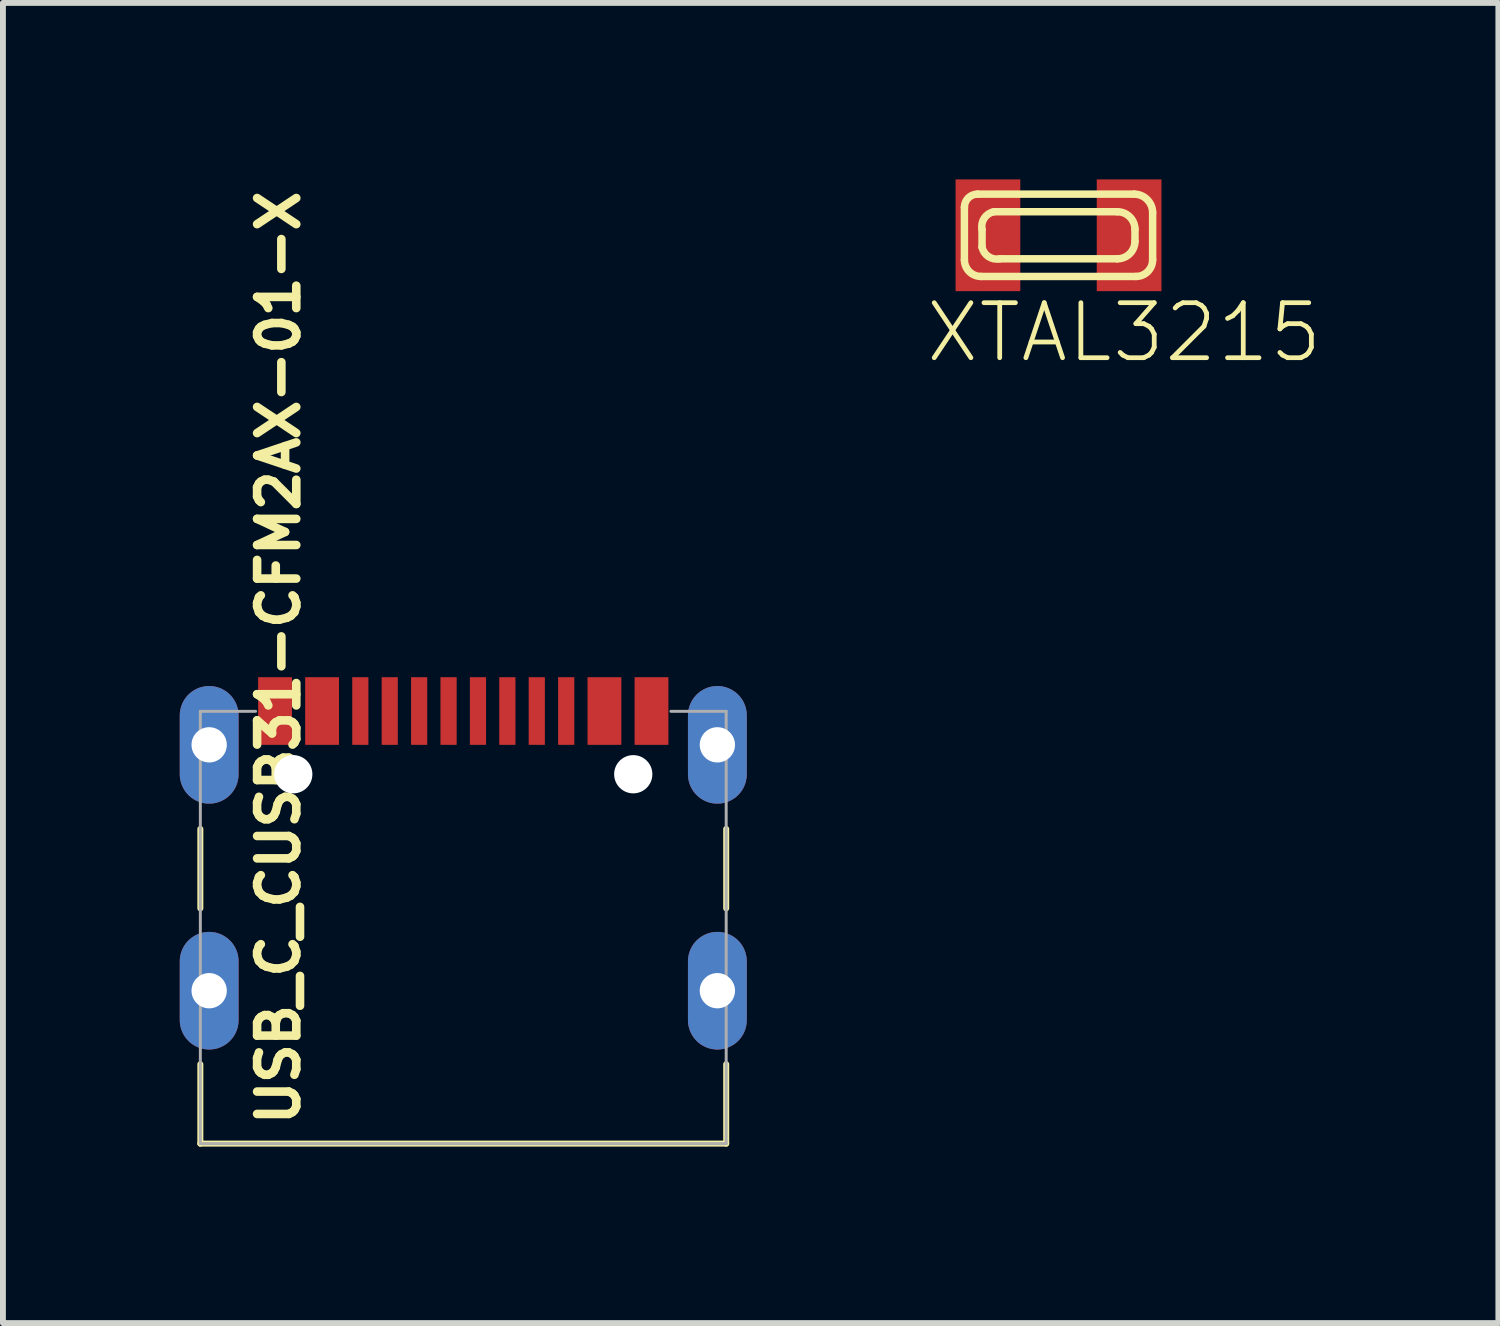
<source format=kicad_pcb>
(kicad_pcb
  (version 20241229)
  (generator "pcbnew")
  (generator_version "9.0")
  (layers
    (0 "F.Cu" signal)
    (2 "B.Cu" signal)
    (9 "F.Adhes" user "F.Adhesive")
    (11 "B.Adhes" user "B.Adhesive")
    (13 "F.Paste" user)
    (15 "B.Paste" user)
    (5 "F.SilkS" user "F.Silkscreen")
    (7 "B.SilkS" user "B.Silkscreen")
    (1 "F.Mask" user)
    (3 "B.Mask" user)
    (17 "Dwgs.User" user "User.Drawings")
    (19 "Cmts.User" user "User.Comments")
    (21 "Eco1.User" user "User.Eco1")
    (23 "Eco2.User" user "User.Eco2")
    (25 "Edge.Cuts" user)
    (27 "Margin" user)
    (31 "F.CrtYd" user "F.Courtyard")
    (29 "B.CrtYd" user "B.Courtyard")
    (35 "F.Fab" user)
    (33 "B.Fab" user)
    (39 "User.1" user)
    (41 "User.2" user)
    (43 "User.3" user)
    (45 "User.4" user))
  (footprint "USB_C_CUSB31-CFM2AX-01-X"
    (layer "F.Cu")
    (at 4.826 12.583)
    (property "Reference" "USB_C_CUSB31-CFM2AX-01-X" (at -2.75 3.56 90) (layer "F.SilkS") (effects (font (size 0.666 0.666) (thickness 0.146)) (justify left bottom)))
    (fp_line (start -4.47 -0.19) (end -4.47 -1.54) (stroke (width 0.102) (type solid)) (layer "F.SilkS"))
    (fp_line (start -4.47 3.81) (end -4.47 2.46) (stroke (width 0.102) (type solid)) (layer "F.SilkS"))
    (fp_line (start 4.47 -1.54) (end 4.47 -0.19) (stroke (width 0.102) (type solid)) (layer "F.SilkS"))
    (fp_line (start 4.47 2.46) (end 4.47 3.81) (stroke (width 0.102) (type solid)) (layer "F.SilkS"))
    (fp_line (start 4.47 3.81) (end -4.47 3.81) (stroke (width 0.102) (type solid)) (layer "F.SilkS"))
    (fp_poly (pts (xy -4.169 -3.939) (xy -4.034 -3.87) (xy -3.928 -3.763) (xy -3.835 -3.48) (xy -3.835 -2.464) (xy -3.859 -2.315) (xy -3.928 -2.18) (xy -4.034 -2.073) (xy -4.318 -1.981) (xy -4.449 -1.999) (xy -4.572 -2.049) (xy -4.677 -2.13) (xy -4.758 -2.235) (xy -4.826 -2.489) (xy -4.826 -3.454) (xy -4.809 -3.586) (xy -4.758 -3.708) (xy -4.677 -3.814) (xy -4.572 -3.894) (xy -4.318 -3.962)) (stroke (width 0) (type solid)) (fill yes) (layer "F.Paste"))
    (fp_poly (pts (xy -4.156 0.24) (xy -4.022 0.308) (xy -3.915 0.415) (xy -3.823 0.699) (xy -3.823 1.714) (xy -3.846 1.864) (xy -3.915 1.998) (xy -4.022 2.105) (xy -4.305 2.197) (xy -4.437 2.18) (xy -4.559 2.129) (xy -4.665 2.048) (xy -4.745 1.943) (xy -4.813 1.689) (xy -4.813 0.724) (xy -4.796 0.592) (xy -4.745 0.47) (xy -4.665 0.365) (xy -4.559 0.284) (xy -4.305 0.216)) (stroke (width 0) (type solid)) (fill yes) (layer "F.Paste"))
    (fp_poly (pts (xy 4.48 -3.951) (xy 4.614 -3.883) (xy 4.721 -3.776) (xy 4.813 -3.493) (xy 4.813 -2.477) (xy 4.79 -2.327) (xy 4.721 -2.193) (xy 4.614 -2.086) (xy 4.331 -1.994) (xy 4.199 -2.011) (xy 4.077 -2.062) (xy 3.971 -2.143) (xy 3.891 -2.248) (xy 3.823 -2.502) (xy 3.823 -3.467) (xy 3.84 -3.599) (xy 3.891 -3.721) (xy 3.971 -3.826) (xy 4.077 -3.907) (xy 4.331 -3.975)) (stroke (width 0) (type solid)) (fill yes) (layer "F.Paste"))
    (fp_poly (pts (xy 4.48 0.24) (xy 4.614 0.308) (xy 4.721 0.415) (xy 4.813 0.699) (xy 4.813 1.714) (xy 4.79 1.864) (xy 4.721 1.998) (xy 4.614 2.105) (xy 4.331 2.197) (xy 4.199 2.18) (xy 4.077 2.129) (xy 3.971 2.048) (xy 3.891 1.943) (xy 3.823 1.689) (xy 3.823 0.724) (xy 3.84 0.592) (xy 3.891 0.47) (xy 3.971 0.365) (xy 4.077 0.284) (xy 4.331 0.216)) (stroke (width 0) (type solid)) (fill yes) (layer "F.Paste"))
    (fp_line (start -4.47 -3.54) (end -3.53 -3.54) (stroke (width 0.05) (type solid)) (layer "F.Fab"))
    (fp_line (start -4.47 3.81) (end -4.47 -3.54) (stroke (width 0.05) (type solid)) (layer "F.Fab"))
    (fp_line (start 3.53 -3.54) (end 4.47 -3.54) (stroke (width 0.05) (type solid)) (layer "F.Fab"))
    (fp_line (start 4.47 -3.54) (end 4.47 3.81) (stroke (width 0.05) (type solid)) (layer "F.Fab"))
    (fp_line (start 4.47 3.81) (end -4.47 3.81) (stroke (width 0.05) (type solid)) (layer "F.Fab"))
    (pad "" np_thru_hole circle (at -2.89 -2.47) (size 0.65 0.65) (drill 0.65) (layers "*.Cu" "*.Mask"))
    (pad "" np_thru_hole circle (at 2.89 -2.47) (size 0.65 0.65) (drill 0.65) (layers "*.Cu" "*.Mask"))
    (pad "A1B12" smd rect (at -3.2 -3.545) (size 0.575 1.15) (layers "F.Cu" "F.Mask" "F.Paste"))
    (pad "A4B9" smd rect (at -2.4 -3.545) (size 0.575 1.15) (layers "F.Cu" "F.Mask" "F.Paste"))
    (pad "A5" smd rect (at -1.25 -3.545) (size 0.275 1.15) (layers "F.Cu" "F.Mask" "F.Paste"))
    (pad "A6" smd rect (at -0.25 -3.545) (size 0.275 1.15) (layers "F.Cu" "F.Mask" "F.Paste"))
    (pad "A7" smd rect (at 0.25 -3.545) (size 0.275 1.15) (layers "F.Cu" "F.Mask" "F.Paste"))
    (pad "A8" smd rect (at 1.25 -3.545) (size 0.275 1.15) (layers "F.Cu" "F.Mask" "F.Paste"))
    (pad "B1A12" smd rect (at 3.2 -3.545) (size 0.575 1.15) (layers "F.Cu" "F.Mask" "F.Paste"))
    (pad "B4A9" smd rect (at 2.4 -3.545) (size 0.575 1.15) (layers "F.Cu" "F.Mask" "F.Paste"))
    (pad "B5" smd rect (at 1.75 -3.545) (size 0.275 1.15) (layers "F.Cu" "F.Mask" "F.Paste"))
    (pad "B6" smd rect (at 0.75 -3.545) (size 0.275 1.15) (layers "F.Cu" "F.Mask" "F.Paste"))
    (pad "B7" smd rect (at -0.75 -3.545) (size 0.275 1.15) (layers "F.Cu" "F.Mask" "F.Paste"))
    (pad "B8" smd rect (at -1.75 -3.545) (size 0.275 1.15) (layers "F.Cu" "F.Mask" "F.Paste"))
    (pad "M1" thru_hole oval (at -4.32 -2.97 90) (size 2 1) (drill 0.6) (layers "*.Cu" "*.Mask"))
    (pad "M2" thru_hole oval (at 4.32 -2.97 90) (size 2 1) (drill 0.6) (layers "*.Cu" "*.Mask"))
    (pad "M3" thru_hole oval (at -4.32 1.21 90) (size 2 1) (drill 0.6) (layers "*.Cu" "*.Mask"))
    (pad "M4" thru_hole oval (at 4.32 1.21 90) (size 2 1) (drill 0.6) (layers "*.Cu" "*.Mask")))
  (footprint "XTAL3215"
    (layer "F.Cu")
    (at 14.946 0.95)
    (property "Reference" "XTAL3215" (at -2.3 2.2 0) (layer "F.SilkS") (effects (font (size 0.935 0.935) (thickness 0.081)) (justify left bottom)))
    (fp_line (start -1.6 0.417) (end -1.6 -0.476) (stroke (width 0.127) (type solid)) (layer "F.SilkS"))
    (fp_line (start -1.376 -0.7) (end 1.284 -0.7) (stroke (width 0.127) (type solid)) (layer "F.SilkS"))
    (fp_line (start -1.3 0.2) (end -1.3 -0.1) (stroke (width 0.127) (type solid)) (layer "F.SilkS"))
    (fp_line (start -1.1 -0.4) (end 1 -0.4) (stroke (width 0.127) (type solid)) (layer "F.SilkS"))
    (fp_line (start 1 0.4) (end -1 0.4) (stroke (width 0.127) (type solid)) (layer "F.SilkS"))
    (fp_line (start 1.3 -0.1) (end 1.3 0.1) (stroke (width 0.127) (type solid)) (layer "F.SilkS"))
    (fp_line (start 1.317 0.7) (end -1.317 0.7) (stroke (width 0.127) (type solid)) (layer "F.SilkS"))
    (fp_line (start 1.6 -0.384) (end 1.6 0.417) (stroke (width 0.127) (type solid)) (layer "F.SilkS"))
    (fp_arc (start -1.6 -0.4764) (mid -1.534509 -0.634509) (end -1.3764 -0.7) (stroke (width 0.127) (type solid)) (layer "F.SilkS"))
    (fp_arc (start -1.3172 0.7) (mid -1.51717 0.61717) (end -1.6 0.4172) (stroke (width 0.127) (type solid)) (layer "F.SilkS"))
    (fp_arc (start -1.3 -0.1) (mid -1.262161 -0.291441) (end -1.099999 -0.399999) (stroke (width 0.127) (type solid)) (layer "F.SilkS"))
    (fp_arc (start -1 0.4) (mid -1.191422 0.362132) (end -1.300001 0.199999) (stroke (width 0.127) (type solid)) (layer "F.SilkS"))
    (fp_arc (start 1 -0.4) (mid 1.212103 -0.312103) (end 1.3 -0.1) (stroke (width 0.127) (type solid)) (layer "F.SilkS"))
    (fp_arc (start 1.2838 -0.7) (mid 1.507387 -0.607387) (end 1.6 -0.3838) (stroke (width 0.127) (type solid)) (layer "F.SilkS"))
    (fp_arc (start 1.3 0.1) (mid 1.212131 0.312132) (end 0.999999 0.399999) (stroke (width 0.127) (type solid)) (layer "F.SilkS"))
    (fp_arc (start 1.6 0.4172) (mid 1.51717 0.61717) (end 1.3172 0.7) (stroke (width 0.127) (type solid)) (layer "F.SilkS"))
    (pad "P$1" smd rect (at 1.2 0) (size 1.1 1.9) (layers "F.Cu" "F.Mask" "F.Paste"))
    (pad "P$2" smd rect (at -1.2 0 180) (size 1.1 1.9) (layers "F.Cu" "F.Mask" "F.Paste")))
  (gr_rect
    (start -3 -3)
    (end 22.424 19.444)
    (stroke (width 0.1) (type default))
    (fill no)
    (layer "Edge.Cuts")))
</source>
